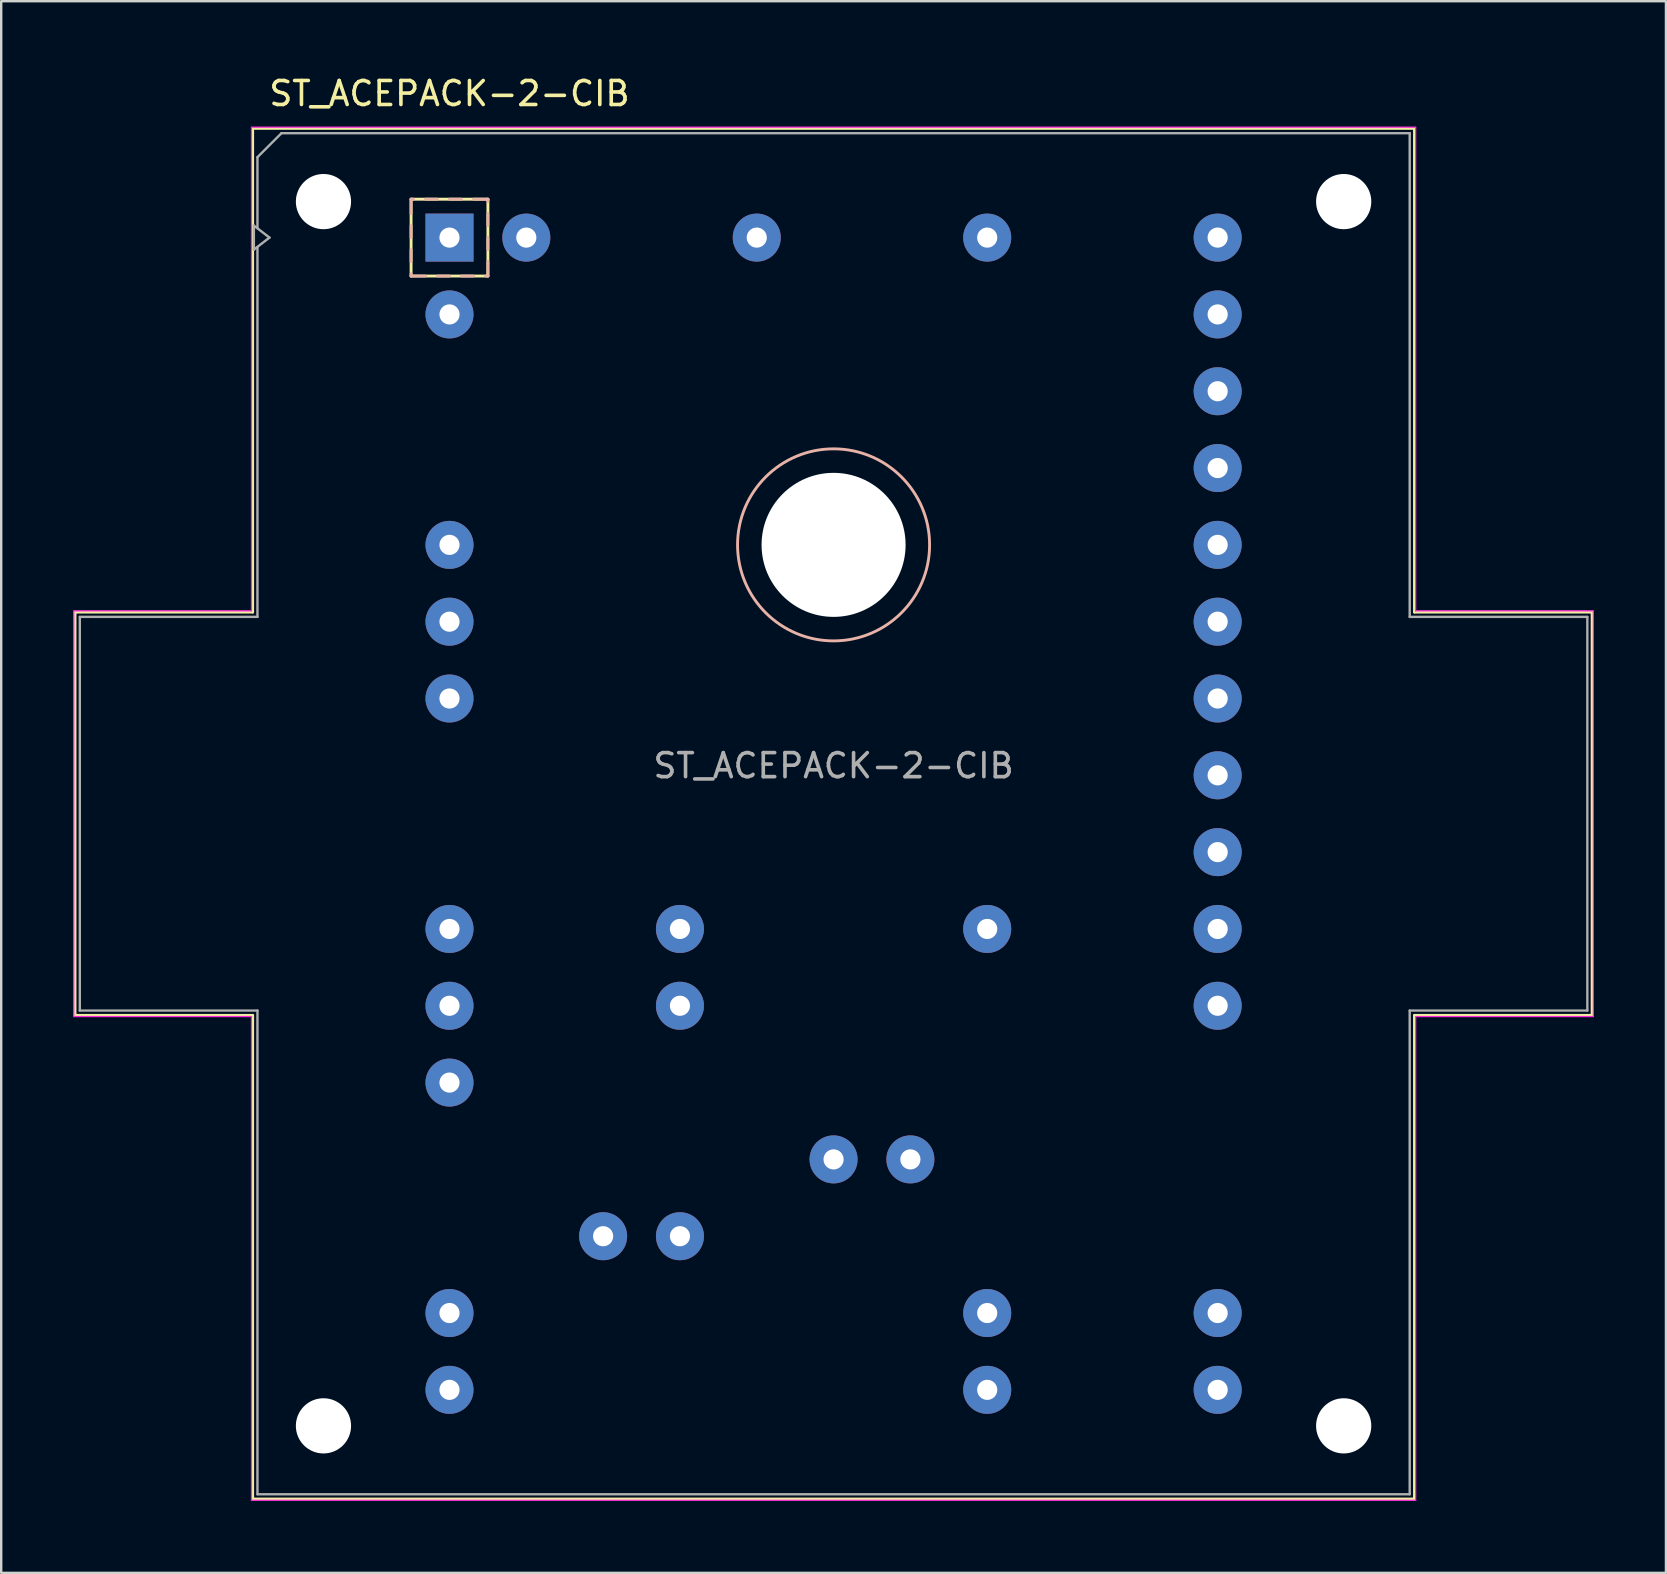
<source format=kicad_pcb>
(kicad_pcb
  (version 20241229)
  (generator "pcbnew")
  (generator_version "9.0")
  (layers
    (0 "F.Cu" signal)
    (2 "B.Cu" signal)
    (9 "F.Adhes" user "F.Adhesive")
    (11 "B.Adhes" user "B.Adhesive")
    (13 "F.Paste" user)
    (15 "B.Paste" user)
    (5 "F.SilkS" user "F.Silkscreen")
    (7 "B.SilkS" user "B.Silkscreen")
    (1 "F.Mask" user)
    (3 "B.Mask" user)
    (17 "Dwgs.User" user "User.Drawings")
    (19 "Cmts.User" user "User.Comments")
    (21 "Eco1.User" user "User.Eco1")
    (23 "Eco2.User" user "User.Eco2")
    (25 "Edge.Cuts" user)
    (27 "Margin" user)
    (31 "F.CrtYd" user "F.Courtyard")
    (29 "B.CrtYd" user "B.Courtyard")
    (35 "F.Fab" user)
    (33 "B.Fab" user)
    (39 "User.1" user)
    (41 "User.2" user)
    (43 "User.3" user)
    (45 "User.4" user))
  (footprint "ST_ACEPACK-2-CIB"
    (layer "F.Cu")
    (at 15.675 6.848)
    (property "Reference" "ST_ACEPACK-2-CIB" (at 0 -6 180) (layer "F.SilkS") (effects (font (size 1 1) (thickness 0.15))))
    (attr through_hole)
    (fp_line (start -15.6 15.6) (end -15.6 32.4) (stroke (width 0.12) (type solid)) (layer "F.SilkS"))
    (fp_line (start -15.6 32.4) (end -8.2 32.4) (stroke (width 0.12) (type solid)) (layer "F.SilkS"))
    (fp_line (start -8.2 -4.55) (end -8.2 15.6) (stroke (width 0.12) (type solid)) (layer "F.SilkS"))
    (fp_line (start -8.2 15.6) (end -15.6 15.6) (stroke (width 0.12) (type solid)) (layer "F.SilkS"))
    (fp_line (start -8.2 32.4) (end -8.2 52.55) (stroke (width 0.12) (type solid)) (layer "F.SilkS"))
    (fp_line (start -8.2 52.55) (end 40.2 52.55) (stroke (width 0.12) (type solid)) (layer "F.SilkS"))
    (fp_line (start -1.6 -1.6) (end 1.6 -1.6) (stroke (width 0.12) (type solid)) (layer "F.SilkS"))
    (fp_line (start -1.6 1.6) (end -1.6 -1.6) (stroke (width 0.12) (type solid)) (layer "F.SilkS"))
    (fp_line (start 1.6 -1.6) (end 1.6 1.6) (stroke (width 0.12) (type solid)) (layer "F.SilkS"))
    (fp_line (start 1.6 1.6) (end -1.6 1.6) (stroke (width 0.12) (type solid)) (layer "F.SilkS"))
    (fp_line (start 40.2 -4.55) (end -8.2 -4.55) (stroke (width 0.12) (type solid)) (layer "F.SilkS"))
    (fp_line (start 40.2 15.6) (end 40.2 -4.55) (stroke (width 0.12) (type solid)) (layer "F.SilkS"))
    (fp_line (start 40.2 32.4) (end 47.6 32.4) (stroke (width 0.12) (type solid)) (layer "F.SilkS"))
    (fp_line (start 40.2 52.55) (end 40.2 32.4) (stroke (width 0.12) (type solid)) (layer "F.SilkS"))
    (fp_line (start 47.6 15.6) (end 40.2 15.6) (stroke (width 0.12) (type solid)) (layer "F.SilkS"))
    (fp_line (start 47.6 32.4) (end 47.6 15.6) (stroke (width 0.12) (type solid)) (layer "F.SilkS"))
    (fp_line (start -1.6 -1.6) (end -1.6 -1) (stroke (width 0.12) (type solid)) (layer "B.SilkS"))
    (fp_line (start -1.6 -0.5) (end -1.6 0) (stroke (width 0.12) (type solid)) (layer "B.SilkS"))
    (fp_line (start -1.6 0.5) (end -1.6 1) (stroke (width 0.12) (type solid)) (layer "B.SilkS"))
    (fp_line (start -1.6 1.5) (end -1.6 1.6) (stroke (width 0.12) (type solid)) (layer "B.SilkS"))
    (fp_line (start -1.6 1.6) (end -1 1.6) (stroke (width 0.12) (type solid)) (layer "B.SilkS"))
    (fp_line (start -1.5 -1.6) (end -1.6 -1.6) (stroke (width 0.12) (type solid)) (layer "B.SilkS"))
    (fp_line (start -0.5 -1.6) (end -1 -1.6) (stroke (width 0.12) (type solid)) (layer "B.SilkS"))
    (fp_line (start -0.5 1.6) (end 0 1.6) (stroke (width 0.12) (type solid)) (layer "B.SilkS"))
    (fp_line (start 0.5 -1.6) (end 0 -1.6) (stroke (width 0.12) (type solid)) (layer "B.SilkS"))
    (fp_line (start 0.5 1.6) (end 1 1.6) (stroke (width 0.12) (type solid)) (layer "B.SilkS"))
    (fp_line (start 1.5 1.6) (end 1.6 1.6) (stroke (width 0.12) (type solid)) (layer "B.SilkS"))
    (fp_line (start 1.6 -1.6) (end 1 -1.6) (stroke (width 0.12) (type solid)) (layer "B.SilkS"))
    (fp_line (start 1.6 -1.5) (end 1.6 -1.6) (stroke (width 0.12) (type solid)) (layer "B.SilkS"))
    (fp_line (start 1.6 -0.5) (end 1.6 -1) (stroke (width 0.12) (type solid)) (layer "B.SilkS"))
    (fp_line (start 1.6 0.5) (end 1.6 0) (stroke (width 0.12) (type solid)) (layer "B.SilkS"))
    (fp_line (start 1.6 1.6) (end 1.6 1) (stroke (width 0.12) (type solid)) (layer "B.SilkS"))
    (fp_circle (center 16 12.8) (end 16 16.8) (stroke (width 0.12) (type solid)) (fill no) (layer "B.SilkS"))
    (fp_line (start -15.65 15.55) (end -15.65 32.45) (stroke (width 0.05) (type solid)) (layer "F.CrtYd"))
    (fp_line (start -15.65 32.45) (end -8.25 32.45) (stroke (width 0.05) (type solid)) (layer "F.CrtYd"))
    (fp_line (start -8.25 -4.6) (end -8.25 15.55) (stroke (width 0.05) (type solid)) (layer "F.CrtYd"))
    (fp_line (start -8.25 15.55) (end -15.65 15.55) (stroke (width 0.05) (type solid)) (layer "F.CrtYd"))
    (fp_line (start -8.25 32.45) (end -8.25 52.6) (stroke (width 0.05) (type solid)) (layer "F.CrtYd"))
    (fp_line (start -8.25 52.6) (end 40.25 52.6) (stroke (width 0.05) (type solid)) (layer "F.CrtYd"))
    (fp_line (start 40.25 -4.6) (end -8.25 -4.6) (stroke (width 0.05) (type solid)) (layer "F.CrtYd"))
    (fp_line (start 40.25 15.55) (end 40.25 -4.6) (stroke (width 0.05) (type solid)) (layer "F.CrtYd"))
    (fp_line (start 40.25 32.45) (end 47.65 32.45) (stroke (width 0.05) (type solid)) (layer "F.CrtYd"))
    (fp_line (start 40.25 52.6) (end 40.25 32.45) (stroke (width 0.05) (type solid)) (layer "F.CrtYd"))
    (fp_line (start 47.65 15.55) (end 40.25 15.55) (stroke (width 0.05) (type solid)) (layer "F.CrtYd"))
    (fp_line (start 47.65 32.45) (end 47.65 15.55) (stroke (width 0.05) (type solid)) (layer "F.CrtYd"))
    (fp_line (start -15.4 15.8) (end -15.4 32.2) (stroke (width 0.1) (type solid)) (layer "F.Fab"))
    (fp_line (start -15.4 15.8) (end -8 15.8) (stroke (width 0.1) (type solid)) (layer "F.Fab"))
    (fp_line (start -15.4 32.2) (end -8 32.2) (stroke (width 0.1) (type solid)) (layer "F.Fab"))
    (fp_line (start -8.15 -0.5) (end -8.15 0.5) (stroke (width 0.1) (type solid)) (layer "F.Fab"))
    (fp_line (start -8.15 0.5) (end -7.5 0) (stroke (width 0.1) (type solid)) (layer "F.Fab"))
    (fp_line (start -8 -0.4) (end -8 -3.35) (stroke (width 0.1) (type solid)) (layer "F.Fab"))
    (fp_line (start -8 0.4) (end -8 15.8) (stroke (width 0.1) (type solid)) (layer "F.Fab"))
    (fp_line (start -8 32.2) (end -8 52.35) (stroke (width 0.1) (type solid)) (layer "F.Fab"))
    (fp_line (start -8 52.35) (end 40 52.35) (stroke (width 0.1) (type solid)) (layer "F.Fab"))
    (fp_line (start -7.5 0) (end -8.15 -0.5) (stroke (width 0.1) (type solid)) (layer "F.Fab"))
    (fp_line (start -7 -4.35) (end -8 -3.35) (stroke (width 0.1) (type solid)) (layer "F.Fab"))
    (fp_line (start 40 -4.35) (end -7 -4.35) (stroke (width 0.1) (type solid)) (layer "F.Fab"))
    (fp_line (start 40 15.8) (end 40 -4.35) (stroke (width 0.1) (type solid)) (layer "F.Fab"))
    (fp_line (start 40 52.35) (end 40 32.2) (stroke (width 0.1) (type solid)) (layer "F.Fab"))
    (fp_line (start 47.4 15.8) (end 40 15.8) (stroke (width 0.1) (type solid)) (layer "F.Fab"))
    (fp_line (start 47.4 15.8) (end 47.4 32.2) (stroke (width 0.1) (type solid)) (layer "F.Fab"))
    (fp_line (start 47.4 32.2) (end 40 32.2) (stroke (width 0.1) (type solid)) (layer "F.Fab"))
    (fp_text user "${REFERENCE}" (at 16 22 0) (layer "F.Fab") (effects (font (size 1 1) (thickness 0.15))))
    (pad "" np_thru_hole circle (at -5.25 -1.5) (size 2.3 2.3) (drill 2.3) (layers "*.Cu" "*.Mask"))
    (pad "" np_thru_hole circle (at -5.25 49.5 90) (size 2.3 2.3) (drill 2.3) (layers "*.Cu" "*.Mask"))
    (pad "" np_thru_hole circle (at 16 12.8 90) (size 6 6) (drill 6) (layers "*.Cu" "*.Mask"))
    (pad "" np_thru_hole circle (at 37.25 -1.5 270) (size 2.3 2.3) (drill 2.3) (layers "*.Cu" "*.Mask"))
    (pad "" np_thru_hole circle (at 37.25 49.5 270) (size 2.3 2.3) (drill 2.3) (layers "*.Cu" "*.Mask"))
    (pad "B" thru_hole circle (at 22.4 28.8) (size 2 2) (drill 0.84) (layers "*.Cu" "*.Mask"))
    (pad "EU" thru_hole circle (at 32 19.2) (size 2 2) (drill 0.84) (layers "*.Cu" "*.Mask"))
    (pad "EU" thru_hole circle (at 32 22.4) (size 2 2) (drill 0.84) (layers "*.Cu" "*.Mask"))
    (pad "EV" thru_hole circle (at 32 9.6) (size 2 2) (drill 0.84) (layers "*.Cu" "*.Mask"))
    (pad "EV" thru_hole circle (at 32 12.8) (size 2 2) (drill 0.84) (layers "*.Cu" "*.Mask"))
    (pad "EW" thru_hole circle (at 32 0) (size 2 2) (drill 0.84) (layers "*.Cu" "*.Mask"))
    (pad "EW" thru_hole circle (at 32 3.2) (size 2 2) (drill 0.84) (layers "*.Cu" "*.Mask"))
    (pad "G1" thru_hole circle (at 0 28.8) (size 2 2) (drill 0.84) (layers "*.Cu" "*.Mask"))
    (pad "G2" thru_hole circle (at 32 25.6) (size 2 2) (drill 0.84) (layers "*.Cu" "*.Mask"))
    (pad "G3" thru_hole circle (at 0 12.8) (size 2 2) (drill 0.84) (layers "*.Cu" "*.Mask"))
    (pad "G4" thru_hole circle (at 32 16) (size 2 2) (drill 0.84) (layers "*.Cu" "*.Mask"))
    (pad "G5" thru_hole circle (at 3.2 0) (size 2 2) (drill 0.84) (layers "*.Cu" "*.Mask"))
    (pad "G6" thru_hole circle (at 32 6.4) (size 2 2) (drill 0.84) (layers "*.Cu" "*.Mask"))
    (pad "GB" thru_hole circle (at 32 32) (size 2 2) (drill 0.84) (layers "*.Cu" "*.Mask"))
    (pad "L1" thru_hole circle (at 16 38.4) (size 2 2) (drill 0.84) (layers "*.Cu" "*.Mask"))
    (pad "L1" thru_hole circle (at 19.2 38.4) (size 2 2) (drill 0.84) (layers "*.Cu" "*.Mask"))
    (pad "L2" thru_hole circle (at 6.4 41.6) (size 2 2) (drill 0.84) (layers "*.Cu" "*.Mask"))
    (pad "L2" thru_hole circle (at 9.6 41.6) (size 2 2) (drill 0.84) (layers "*.Cu" "*.Mask"))
    (pad "L3" thru_hole circle (at 0 44.8) (size 2 2) (drill 0.84) (layers "*.Cu" "*.Mask"))
    (pad "L3" thru_hole circle (at 0 48) (size 2 2) (drill 0.84) (layers "*.Cu" "*.Mask"))
    (pad "N" thru_hole circle (at 32 44.8) (size 2 2) (drill 0.84) (layers "*.Cu" "*.Mask"))
    (pad "N" thru_hole circle (at 32 48) (size 2 2) (drill 0.84) (layers "*.Cu" "*.Mask"))
    (pad "NB" thru_hole circle (at 32 28.8) (size 2 2) (drill 0.84) (layers "*.Cu" "*.Mask"))
    (pad "P" thru_hole circle (at 22.4 44.8) (size 2 2) (drill 0.84) (layers "*.Cu" "*.Mask"))
    (pad "P" thru_hole circle (at 22.4 48) (size 2 2) (drill 0.84) (layers "*.Cu" "*.Mask"))
    (pad "P1" thru_hole circle (at 9.6 28.8) (size 2 2) (drill 0.84) (layers "*.Cu" "*.Mask"))
    (pad "P1" thru_hole circle (at 9.6 32) (size 2 2) (drill 0.84) (layers "*.Cu" "*.Mask"))
    (pad "T1" thru_hole circle (at 22.4 0) (size 2 2) (drill 0.84) (layers "*.Cu" "*.Mask"))
    (pad "T2" thru_hole circle (at 12.8 0) (size 2 2) (drill 0.84) (layers "*.Cu" "*.Mask"))
    (pad "U" thru_hole circle (at 0 32) (size 2 2) (drill 0.84) (layers "*.Cu" "*.Mask"))
    (pad "U" thru_hole circle (at 0 35.2) (size 2 2) (drill 0.84) (layers "*.Cu" "*.Mask"))
    (pad "V" thru_hole circle (at 0 16) (size 2 2) (drill 0.84) (layers "*.Cu" "*.Mask"))
    (pad "V" thru_hole circle (at 0 19.2) (size 2 2) (drill 0.84) (layers "*.Cu" "*.Mask"))
    (pad "W" thru_hole rect (at 0 0) (size 2 2) (drill 0.84) (layers "*.Cu" "*.Mask"))
    (pad "W" thru_hole circle (at 0 3.2) (size 2 2) (drill 0.84) (layers "*.Cu" "*.Mask"))
    (zone (net_name "") (layers "F.Cu" "B.Cu") (name "MH") (hatch full 0.508) (connect_pads) (min_thickness 0.254) (filled_areas_thickness no) (keepout (tracks not_allowed) (vias not_allowed) (pads not_allowed) (copperpour not_allowed) (footprints not_allowed)) (placement (enabled no)) (fill) (polygon (pts (xy 9.88 30.848) (xy 9.861 30.422) (xy 9.803 29.999) (xy 9.707 29.583) (xy 9.573 29.177) (xy 9.404 28.786) (xy 9.2 28.411) (xy 8.962 28.056) (xy 8.693 27.724) (xy 8.396 27.418) (xy 8.072 27.141) (xy 7.724 26.893) (xy 7.355 26.679) (xy 6.968 26.498) (xy 6.566 26.354) (xy 6.153 26.246) (xy 5.732 26.176) (xy 5.306 26.145) (xy 4.88 26.153) (xy 4.455 26.199) (xy 4.037 26.283) (xy 3.628 26.405) (xy 3.231 26.563) (xy 2.851 26.757) (xy 2.49 26.985) (xy 2.151 27.244) (xy 1.836 27.533) (xy 1.55 27.849) (xy 1.293 28.19) (xy 1.068 28.553) (xy 0.877 28.935) (xy 0.721 29.332) (xy 0.602 29.742) (xy 0.52 30.161) (xy 0.477 30.586) (xy 0.473 31.012) (xy 0.507 31.438) (xy 0.58 31.859) (xy 0.69 32.271) (xy 0.838 32.672) (xy 1.021 33.057) (xy 1.238 33.425) (xy 1.488 33.771) (xy 1.768 34.093) (xy 2.076 34.388) (xy 2.409 34.655) (xy 2.766 34.89) (xy 3.142 35.091) (xy 3.535 35.258) (xy 3.941 35.389) (xy 4.358 35.482) (xy 4.781 35.537) (xy 5.208 35.553) (xy 5.634 35.531) (xy 6.057 35.47) (xy 6.472 35.371) (xy 6.876 35.235) (xy 7.267 35.063) (xy 7.64 34.856) (xy 7.993 34.616) (xy 8.323 34.345) (xy 8.627 34.045) (xy 8.903 33.719) (xy 9.148 33.369) (xy 9.36 32.999) (xy 9.537 32.611) (xy 9.679 32.208) (xy 9.784 31.794) (xy 9.851 31.373) (xy 9.879 30.947))))
    (zone (net_name "") (layers "F.Cu" "B.Cu") (name "MH") (hatch full 0.508) (connect_pads) (min_thickness 0.254) (filled_areas_thickness no) (keepout (tracks not_allowed) (vias not_allowed) (pads not_allowed) (copperpour not_allowed) (footprints not_allowed)) (placement (enabled no)) (fill) (polygon (pts (xy 62.88 30.848) (xy 62.861 30.422) (xy 62.803 29.999) (xy 62.707 29.583) (xy 62.573 29.177) (xy 62.404 28.786) (xy 62.2 28.411) (xy 61.962 28.056) (xy 61.693 27.724) (xy 61.396 27.418) (xy 61.072 27.141) (xy 60.724 26.893) (xy 60.355 26.679) (xy 59.968 26.498) (xy 59.566 26.354) (xy 59.153 26.246) (xy 58.732 26.176) (xy 58.306 26.145) (xy 57.88 26.153) (xy 57.455 26.199) (xy 57.037 26.283) (xy 56.628 26.405) (xy 56.231 26.563) (xy 55.851 26.757) (xy 55.49 26.985) (xy 55.151 27.244) (xy 54.836 27.533) (xy 54.55 27.849) (xy 54.293 28.19) (xy 54.068 28.553) (xy 53.877 28.935) (xy 53.721 29.332) (xy 53.602 29.742) (xy 53.52 30.161) (xy 53.477 30.586) (xy 53.473 31.012) (xy 53.507 31.438) (xy 53.58 31.859) (xy 53.69 32.271) (xy 53.838 32.672) (xy 54.021 33.057) (xy 54.238 33.425) (xy 54.488 33.771) (xy 54.768 34.093) (xy 55.076 34.388) (xy 55.409 34.655) (xy 55.766 34.89) (xy 56.142 35.091) (xy 56.535 35.258) (xy 56.941 35.389) (xy 57.358 35.482) (xy 57.781 35.537) (xy 58.208 35.553) (xy 58.634 35.531) (xy 59.057 35.47) (xy 59.472 35.371) (xy 59.876 35.235) (xy 60.267 35.063) (xy 60.64 34.856) (xy 60.993 34.616) (xy 61.323 34.345) (xy 61.627 34.045) (xy 61.903 33.719) (xy 62.148 33.369) (xy 62.36 32.999) (xy 62.537 32.611) (xy 62.679 32.208) (xy 62.784 31.794) (xy 62.851 31.373) (xy 62.879 30.947)))))
  (gr_rect
    (start -3 -3)
    (end 66.35 62.473)
    (stroke (width 0.1) (type default))
    (fill no)
    (layer "Edge.Cuts")))
</source>
